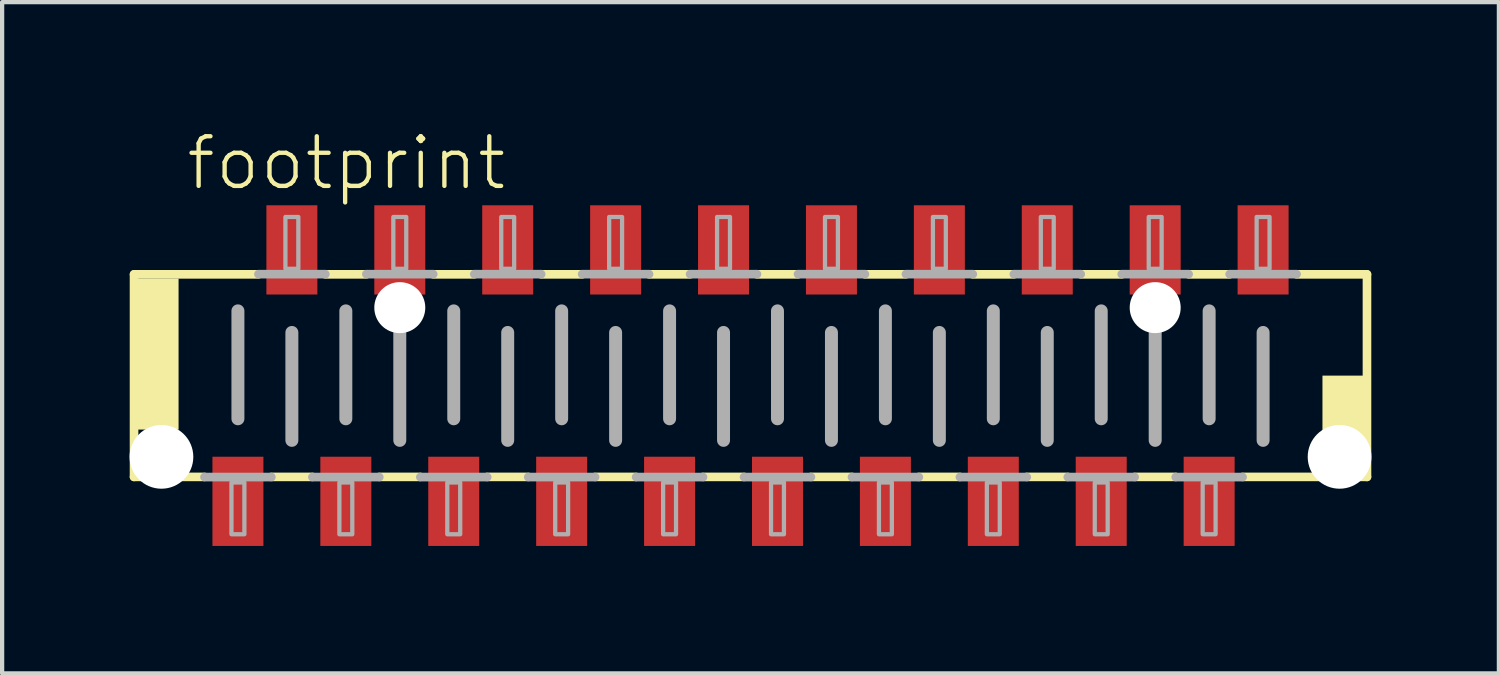
<source format=kicad_pcb>
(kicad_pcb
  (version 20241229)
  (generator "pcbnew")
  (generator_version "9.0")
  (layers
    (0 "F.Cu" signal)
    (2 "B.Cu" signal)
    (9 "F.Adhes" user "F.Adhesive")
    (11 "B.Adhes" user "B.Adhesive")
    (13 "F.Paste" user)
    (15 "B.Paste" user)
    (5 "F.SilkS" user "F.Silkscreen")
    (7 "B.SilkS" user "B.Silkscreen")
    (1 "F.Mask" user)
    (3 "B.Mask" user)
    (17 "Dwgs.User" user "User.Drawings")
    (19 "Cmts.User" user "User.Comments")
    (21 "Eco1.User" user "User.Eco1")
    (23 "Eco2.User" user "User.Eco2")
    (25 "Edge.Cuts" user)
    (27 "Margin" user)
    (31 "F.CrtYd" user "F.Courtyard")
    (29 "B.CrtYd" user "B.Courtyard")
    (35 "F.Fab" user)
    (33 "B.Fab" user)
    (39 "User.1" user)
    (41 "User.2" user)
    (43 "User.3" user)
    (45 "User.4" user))
  (footprint "footprint"
    (layer "F.Cu")
    (at 14.615 5.791)
    (property "Reference" "footprint" (at -13.335 -4.318 0) (layer "F.SilkS") (effects (font (size 1.168 1.168) (thickness 0.102)) (justify left bottom)))
    (fp_line (start -14.51 -2.384) (end -11.582 -2.384) (stroke (width 0.203) (type solid)) (layer "F.SilkS"))
    (fp_line (start -14.51 2.384) (end -14.51 -2.384) (stroke (width 0.203) (type solid)) (layer "F.SilkS"))
    (fp_line (start -12.852 2.384) (end -14.51 2.384) (stroke (width 0.203) (type solid)) (layer "F.SilkS"))
    (fp_line (start -10.312 2.384) (end -11.278 2.384) (stroke (width 0.203) (type solid)) (layer "F.SilkS"))
    (fp_line (start -10.008 -2.384) (end -9.042 -2.384) (stroke (width 0.203) (type solid)) (layer "F.SilkS"))
    (fp_line (start -7.772 2.384) (end -8.738 2.384) (stroke (width 0.203) (type solid)) (layer "F.SilkS"))
    (fp_line (start -7.468 -2.384) (end -6.502 -2.384) (stroke (width 0.203) (type solid)) (layer "F.SilkS"))
    (fp_line (start -5.232 2.384) (end -6.198 2.384) (stroke (width 0.203) (type solid)) (layer "F.SilkS"))
    (fp_line (start -4.928 -2.384) (end -3.962 -2.384) (stroke (width 0.203) (type solid)) (layer "F.SilkS"))
    (fp_line (start -2.692 2.384) (end -3.658 2.384) (stroke (width 0.203) (type solid)) (layer "F.SilkS"))
    (fp_line (start -2.388 -2.384) (end -1.422 -2.384) (stroke (width 0.203) (type solid)) (layer "F.SilkS"))
    (fp_line (start -0.152 2.384) (end -1.118 2.384) (stroke (width 0.203) (type solid)) (layer "F.SilkS"))
    (fp_line (start 0.152 -2.384) (end 1.118 -2.384) (stroke (width 0.203) (type solid)) (layer "F.SilkS"))
    (fp_line (start 2.388 2.384) (end 1.422 2.384) (stroke (width 0.203) (type solid)) (layer "F.SilkS"))
    (fp_line (start 2.692 -2.384) (end 3.658 -2.384) (stroke (width 0.203) (type solid)) (layer "F.SilkS"))
    (fp_line (start 4.928 2.384) (end 3.962 2.384) (stroke (width 0.203) (type solid)) (layer "F.SilkS"))
    (fp_line (start 5.232 -2.384) (end 6.198 -2.384) (stroke (width 0.203) (type solid)) (layer "F.SilkS"))
    (fp_line (start 7.468 2.384) (end 6.502 2.384) (stroke (width 0.203) (type solid)) (layer "F.SilkS"))
    (fp_line (start 7.772 -2.384) (end 8.738 -2.384) (stroke (width 0.203) (type solid)) (layer "F.SilkS"))
    (fp_line (start 10.008 2.384) (end 9.042 2.384) (stroke (width 0.203) (type solid)) (layer "F.SilkS"))
    (fp_line (start 10.312 -2.384) (end 11.278 -2.384) (stroke (width 0.203) (type solid)) (layer "F.SilkS"))
    (fp_line (start 12.852 -2.384) (end 14.51 -2.384) (stroke (width 0.203) (type solid)) (layer "F.SilkS"))
    (fp_line (start 14.51 -2.384) (end 14.51 2.384) (stroke (width 0.203) (type solid)) (layer "F.SilkS"))
    (fp_line (start 14.51 2.384) (end 11.582 2.384) (stroke (width 0.203) (type solid)) (layer "F.SilkS"))
    (fp_poly (pts (xy -14.478 1.27) (xy -13.462 1.27) (xy -13.462 -2.286) (xy -14.478 -2.286)) (stroke (width 0) (type solid)) (fill yes) (layer "F.SilkS"))
    (fp_poly (pts (xy 13.462 2.286) (xy 14.478 2.286) (xy 14.478 0) (xy 13.462 0)) (stroke (width 0) (type solid)) (fill yes) (layer "F.SilkS"))
    (fp_line (start -12.065 -1.524) (end -12.065 1.016) (stroke (width 0.305) (type solid)) (layer "F.Fab"))
    (fp_line (start -11.582 -2.388) (end -10.008 -2.388) (stroke (width 0.203) (type solid)) (layer "F.Fab"))
    (fp_line (start -11.278 2.388) (end -12.852 2.388) (stroke (width 0.203) (type solid)) (layer "F.Fab"))
    (fp_line (start -10.795 -1.016) (end -10.795 1.524) (stroke (width 0.305) (type solid)) (layer "F.Fab"))
    (fp_line (start -9.525 -1.524) (end -9.525 1.016) (stroke (width 0.305) (type solid)) (layer "F.Fab"))
    (fp_line (start -9.042 -2.388) (end -7.468 -2.388) (stroke (width 0.203) (type solid)) (layer "F.Fab"))
    (fp_line (start -8.738 2.388) (end -10.312 2.388) (stroke (width 0.203) (type solid)) (layer "F.Fab"))
    (fp_line (start -8.255 -1.016) (end -8.255 1.524) (stroke (width 0.305) (type solid)) (layer "F.Fab"))
    (fp_line (start -6.985 -1.524) (end -6.985 1.016) (stroke (width 0.305) (type solid)) (layer "F.Fab"))
    (fp_line (start -6.502 -2.388) (end -4.928 -2.388) (stroke (width 0.203) (type solid)) (layer "F.Fab"))
    (fp_line (start -6.198 2.388) (end -7.772 2.388) (stroke (width 0.203) (type solid)) (layer "F.Fab"))
    (fp_line (start -5.715 -1.016) (end -5.715 1.524) (stroke (width 0.305) (type solid)) (layer "F.Fab"))
    (fp_line (start -4.445 -1.524) (end -4.445 1.016) (stroke (width 0.305) (type solid)) (layer "F.Fab"))
    (fp_line (start -3.962 -2.388) (end -2.388 -2.388) (stroke (width 0.203) (type solid)) (layer "F.Fab"))
    (fp_line (start -3.658 2.388) (end -5.232 2.388) (stroke (width 0.203) (type solid)) (layer "F.Fab"))
    (fp_line (start -3.175 -1.016) (end -3.175 1.524) (stroke (width 0.305) (type solid)) (layer "F.Fab"))
    (fp_line (start -1.905 -1.524) (end -1.905 1.016) (stroke (width 0.305) (type solid)) (layer "F.Fab"))
    (fp_line (start -1.422 -2.388) (end 0.152 -2.388) (stroke (width 0.203) (type solid)) (layer "F.Fab"))
    (fp_line (start -1.118 2.388) (end -2.692 2.388) (stroke (width 0.203) (type solid)) (layer "F.Fab"))
    (fp_line (start -0.635 -1.016) (end -0.635 1.524) (stroke (width 0.305) (type solid)) (layer "F.Fab"))
    (fp_line (start 0.635 -1.524) (end 0.635 1.016) (stroke (width 0.305) (type solid)) (layer "F.Fab"))
    (fp_line (start 1.118 -2.388) (end 2.692 -2.388) (stroke (width 0.203) (type solid)) (layer "F.Fab"))
    (fp_line (start 1.422 2.388) (end -0.152 2.388) (stroke (width 0.203) (type solid)) (layer "F.Fab"))
    (fp_line (start 1.905 -1.016) (end 1.905 1.524) (stroke (width 0.305) (type solid)) (layer "F.Fab"))
    (fp_line (start 3.175 -1.524) (end 3.175 1.016) (stroke (width 0.305) (type solid)) (layer "F.Fab"))
    (fp_line (start 3.658 -2.388) (end 5.232 -2.388) (stroke (width 0.203) (type solid)) (layer "F.Fab"))
    (fp_line (start 3.962 2.388) (end 2.388 2.388) (stroke (width 0.203) (type solid)) (layer "F.Fab"))
    (fp_line (start 4.445 -1.016) (end 4.445 1.524) (stroke (width 0.305) (type solid)) (layer "F.Fab"))
    (fp_line (start 5.715 -1.524) (end 5.715 1.016) (stroke (width 0.305) (type solid)) (layer "F.Fab"))
    (fp_line (start 6.198 -2.388) (end 7.772 -2.388) (stroke (width 0.203) (type solid)) (layer "F.Fab"))
    (fp_line (start 6.502 2.388) (end 4.928 2.388) (stroke (width 0.203) (type solid)) (layer "F.Fab"))
    (fp_line (start 6.985 -1.016) (end 6.985 1.524) (stroke (width 0.305) (type solid)) (layer "F.Fab"))
    (fp_line (start 8.255 -1.524) (end 8.255 1.016) (stroke (width 0.305) (type solid)) (layer "F.Fab"))
    (fp_line (start 8.738 -2.388) (end 10.312 -2.388) (stroke (width 0.203) (type solid)) (layer "F.Fab"))
    (fp_line (start 9.042 2.388) (end 7.468 2.388) (stroke (width 0.203) (type solid)) (layer "F.Fab"))
    (fp_line (start 9.525 -1.016) (end 9.525 1.524) (stroke (width 0.305) (type solid)) (layer "F.Fab"))
    (fp_line (start 10.795 -1.524) (end 10.795 1.016) (stroke (width 0.305) (type solid)) (layer "F.Fab"))
    (fp_line (start 11.278 -2.388) (end 12.852 -2.388) (stroke (width 0.203) (type solid)) (layer "F.Fab"))
    (fp_line (start 11.582 2.388) (end 10.008 2.388) (stroke (width 0.203) (type solid)) (layer "F.Fab"))
    (fp_line (start 12.065 -1.016) (end 12.065 1.524) (stroke (width 0.305) (type solid)) (layer "F.Fab"))
    (fp_poly (pts (xy -12.217 3.734) (xy -11.913 3.734) (xy -11.913 2.515) (xy -12.217 2.515)) (stroke (width 0.1) (type solid)) (fill no) (layer "F.Fab"))
    (fp_poly (pts (xy -10.947 -2.515) (xy -10.643 -2.515) (xy -10.643 -3.734) (xy -10.947 -3.734)) (stroke (width 0.1) (type solid)) (fill no) (layer "F.Fab"))
    (fp_poly (pts (xy -9.677 3.734) (xy -9.373 3.734) (xy -9.373 2.515) (xy -9.677 2.515)) (stroke (width 0.1) (type solid)) (fill no) (layer "F.Fab"))
    (fp_poly (pts (xy -8.407 -2.515) (xy -8.103 -2.515) (xy -8.103 -3.734) (xy -8.407 -3.734)) (stroke (width 0.1) (type solid)) (fill no) (layer "F.Fab"))
    (fp_poly (pts (xy -7.137 3.734) (xy -6.833 3.734) (xy -6.833 2.515) (xy -7.137 2.515)) (stroke (width 0.1) (type solid)) (fill no) (layer "F.Fab"))
    (fp_poly (pts (xy -5.867 -2.515) (xy -5.563 -2.515) (xy -5.563 -3.734) (xy -5.867 -3.734)) (stroke (width 0.1) (type solid)) (fill no) (layer "F.Fab"))
    (fp_poly (pts (xy -4.597 3.734) (xy -4.293 3.734) (xy -4.293 2.515) (xy -4.597 2.515)) (stroke (width 0.1) (type solid)) (fill no) (layer "F.Fab"))
    (fp_poly (pts (xy -3.327 -2.515) (xy -3.023 -2.515) (xy -3.023 -3.734) (xy -3.327 -3.734)) (stroke (width 0.1) (type solid)) (fill no) (layer "F.Fab"))
    (fp_poly (pts (xy -2.057 3.734) (xy -1.753 3.734) (xy -1.753 2.515) (xy -2.057 2.515)) (stroke (width 0.1) (type solid)) (fill no) (layer "F.Fab"))
    (fp_poly (pts (xy -0.787 -2.515) (xy -0.483 -2.515) (xy -0.483 -3.734) (xy -0.787 -3.734)) (stroke (width 0.1) (type solid)) (fill no) (layer "F.Fab"))
    (fp_poly (pts (xy 0.483 3.734) (xy 0.787 3.734) (xy 0.787 2.515) (xy 0.483 2.515)) (stroke (width 0.1) (type solid)) (fill no) (layer "F.Fab"))
    (fp_poly (pts (xy 1.753 -2.515) (xy 2.057 -2.515) (xy 2.057 -3.734) (xy 1.753 -3.734)) (stroke (width 0.1) (type solid)) (fill no) (layer "F.Fab"))
    (fp_poly (pts (xy 3.023 3.734) (xy 3.327 3.734) (xy 3.327 2.515) (xy 3.023 2.515)) (stroke (width 0.1) (type solid)) (fill no) (layer "F.Fab"))
    (fp_poly (pts (xy 4.293 -2.515) (xy 4.597 -2.515) (xy 4.597 -3.734) (xy 4.293 -3.734)) (stroke (width 0.1) (type solid)) (fill no) (layer "F.Fab"))
    (fp_poly (pts (xy 5.563 3.734) (xy 5.867 3.734) (xy 5.867 2.515) (xy 5.563 2.515)) (stroke (width 0.1) (type solid)) (fill no) (layer "F.Fab"))
    (fp_poly (pts (xy 6.833 -2.515) (xy 7.137 -2.515) (xy 7.137 -3.734) (xy 6.833 -3.734)) (stroke (width 0.1) (type solid)) (fill no) (layer "F.Fab"))
    (fp_poly (pts (xy 8.103 3.734) (xy 8.407 3.734) (xy 8.407 2.515) (xy 8.103 2.515)) (stroke (width 0.1) (type solid)) (fill no) (layer "F.Fab"))
    (fp_poly (pts (xy 9.373 -2.515) (xy 9.677 -2.515) (xy 9.677 -3.734) (xy 9.373 -3.734)) (stroke (width 0.1) (type solid)) (fill no) (layer "F.Fab"))
    (fp_poly (pts (xy 10.643 3.734) (xy 10.947 3.734) (xy 10.947 2.515) (xy 10.643 2.515)) (stroke (width 0.1) (type solid)) (fill no) (layer "F.Fab"))
    (fp_poly (pts (xy 11.913 -2.515) (xy 12.217 -2.515) (xy 12.217 -3.734) (xy 11.913 -3.734)) (stroke (width 0.1) (type solid)) (fill no) (layer "F.Fab"))
    (pad "" np_thru_hole circle (at -13.865 1.912) (size 1.5 1.5) (drill 1.5) (layers "*.Cu" "*.Mask"))
    (pad "" np_thru_hole circle (at -8.255 -1.6) (size 1.2 1.2) (drill 1.2) (layers "*.Cu" "*.Mask"))
    (pad "" np_thru_hole circle (at 9.525 -1.6) (size 1.2 1.2) (drill 1.2) (layers "*.Cu" "*.Mask"))
    (pad "" np_thru_hole circle (at 13.865 1.912) (size 1.5 1.5) (drill 1.5) (layers "*.Cu" "*.Mask"))
    (pad "1" smd rect (at -12.065 2.959) (size 1.2 2.1) (layers "F.Cu" "F.Mask" "F.Paste"))
    (pad "2" smd rect (at -10.795 -2.959) (size 1.2 2.1) (layers "F.Cu" "F.Mask" "F.Paste"))
    (pad "3" smd rect (at -9.525 2.959) (size 1.2 2.1) (layers "F.Cu" "F.Mask" "F.Paste"))
    (pad "4" smd rect (at -8.255 -2.959) (size 1.2 2.1) (layers "F.Cu" "F.Mask" "F.Paste"))
    (pad "5" smd rect (at -6.985 2.959) (size 1.2 2.1) (layers "F.Cu" "F.Mask" "F.Paste"))
    (pad "6" smd rect (at -5.715 -2.959) (size 1.2 2.1) (layers "F.Cu" "F.Mask" "F.Paste"))
    (pad "7" smd rect (at -4.445 2.959) (size 1.2 2.1) (layers "F.Cu" "F.Mask" "F.Paste"))
    (pad "8" smd rect (at -3.175 -2.959) (size 1.2 2.1) (layers "F.Cu" "F.Mask" "F.Paste"))
    (pad "9" smd rect (at -1.905 2.959) (size 1.2 2.1) (layers "F.Cu" "F.Mask" "F.Paste"))
    (pad "10" smd rect (at -0.635 -2.959) (size 1.2 2.1) (layers "F.Cu" "F.Mask" "F.Paste"))
    (pad "11" smd rect (at 0.635 2.959) (size 1.2 2.1) (layers "F.Cu" "F.Mask" "F.Paste"))
    (pad "12" smd rect (at 1.905 -2.959) (size 1.2 2.1) (layers "F.Cu" "F.Mask" "F.Paste"))
    (pad "13" smd rect (at 3.175 2.959) (size 1.2 2.1) (layers "F.Cu" "F.Mask" "F.Paste"))
    (pad "14" smd rect (at 4.445 -2.959) (size 1.2 2.1) (layers "F.Cu" "F.Mask" "F.Paste"))
    (pad "15" smd rect (at 5.715 2.959) (size 1.2 2.1) (layers "F.Cu" "F.Mask" "F.Paste"))
    (pad "16" smd rect (at 6.985 -2.959) (size 1.2 2.1) (layers "F.Cu" "F.Mask" "F.Paste"))
    (pad "17" smd rect (at 8.255 2.959) (size 1.2 2.1) (layers "F.Cu" "F.Mask" "F.Paste"))
    (pad "18" smd rect (at 9.525 -2.959) (size 1.2 2.1) (layers "F.Cu" "F.Mask" "F.Paste"))
    (pad "19" smd rect (at 10.795 2.959) (size 1.2 2.1) (layers "F.Cu" "F.Mask" "F.Paste"))
    (pad "20" smd rect (at 12.065 -2.959) (size 1.2 2.1) (layers "F.Cu" "F.Mask" "F.Paste")))
  (gr_rect
    (start -3 -3)
    (end 32.23 12.8)
    (stroke (width 0.1) (type default))
    (fill no)
    (layer "Edge.Cuts")))
</source>
